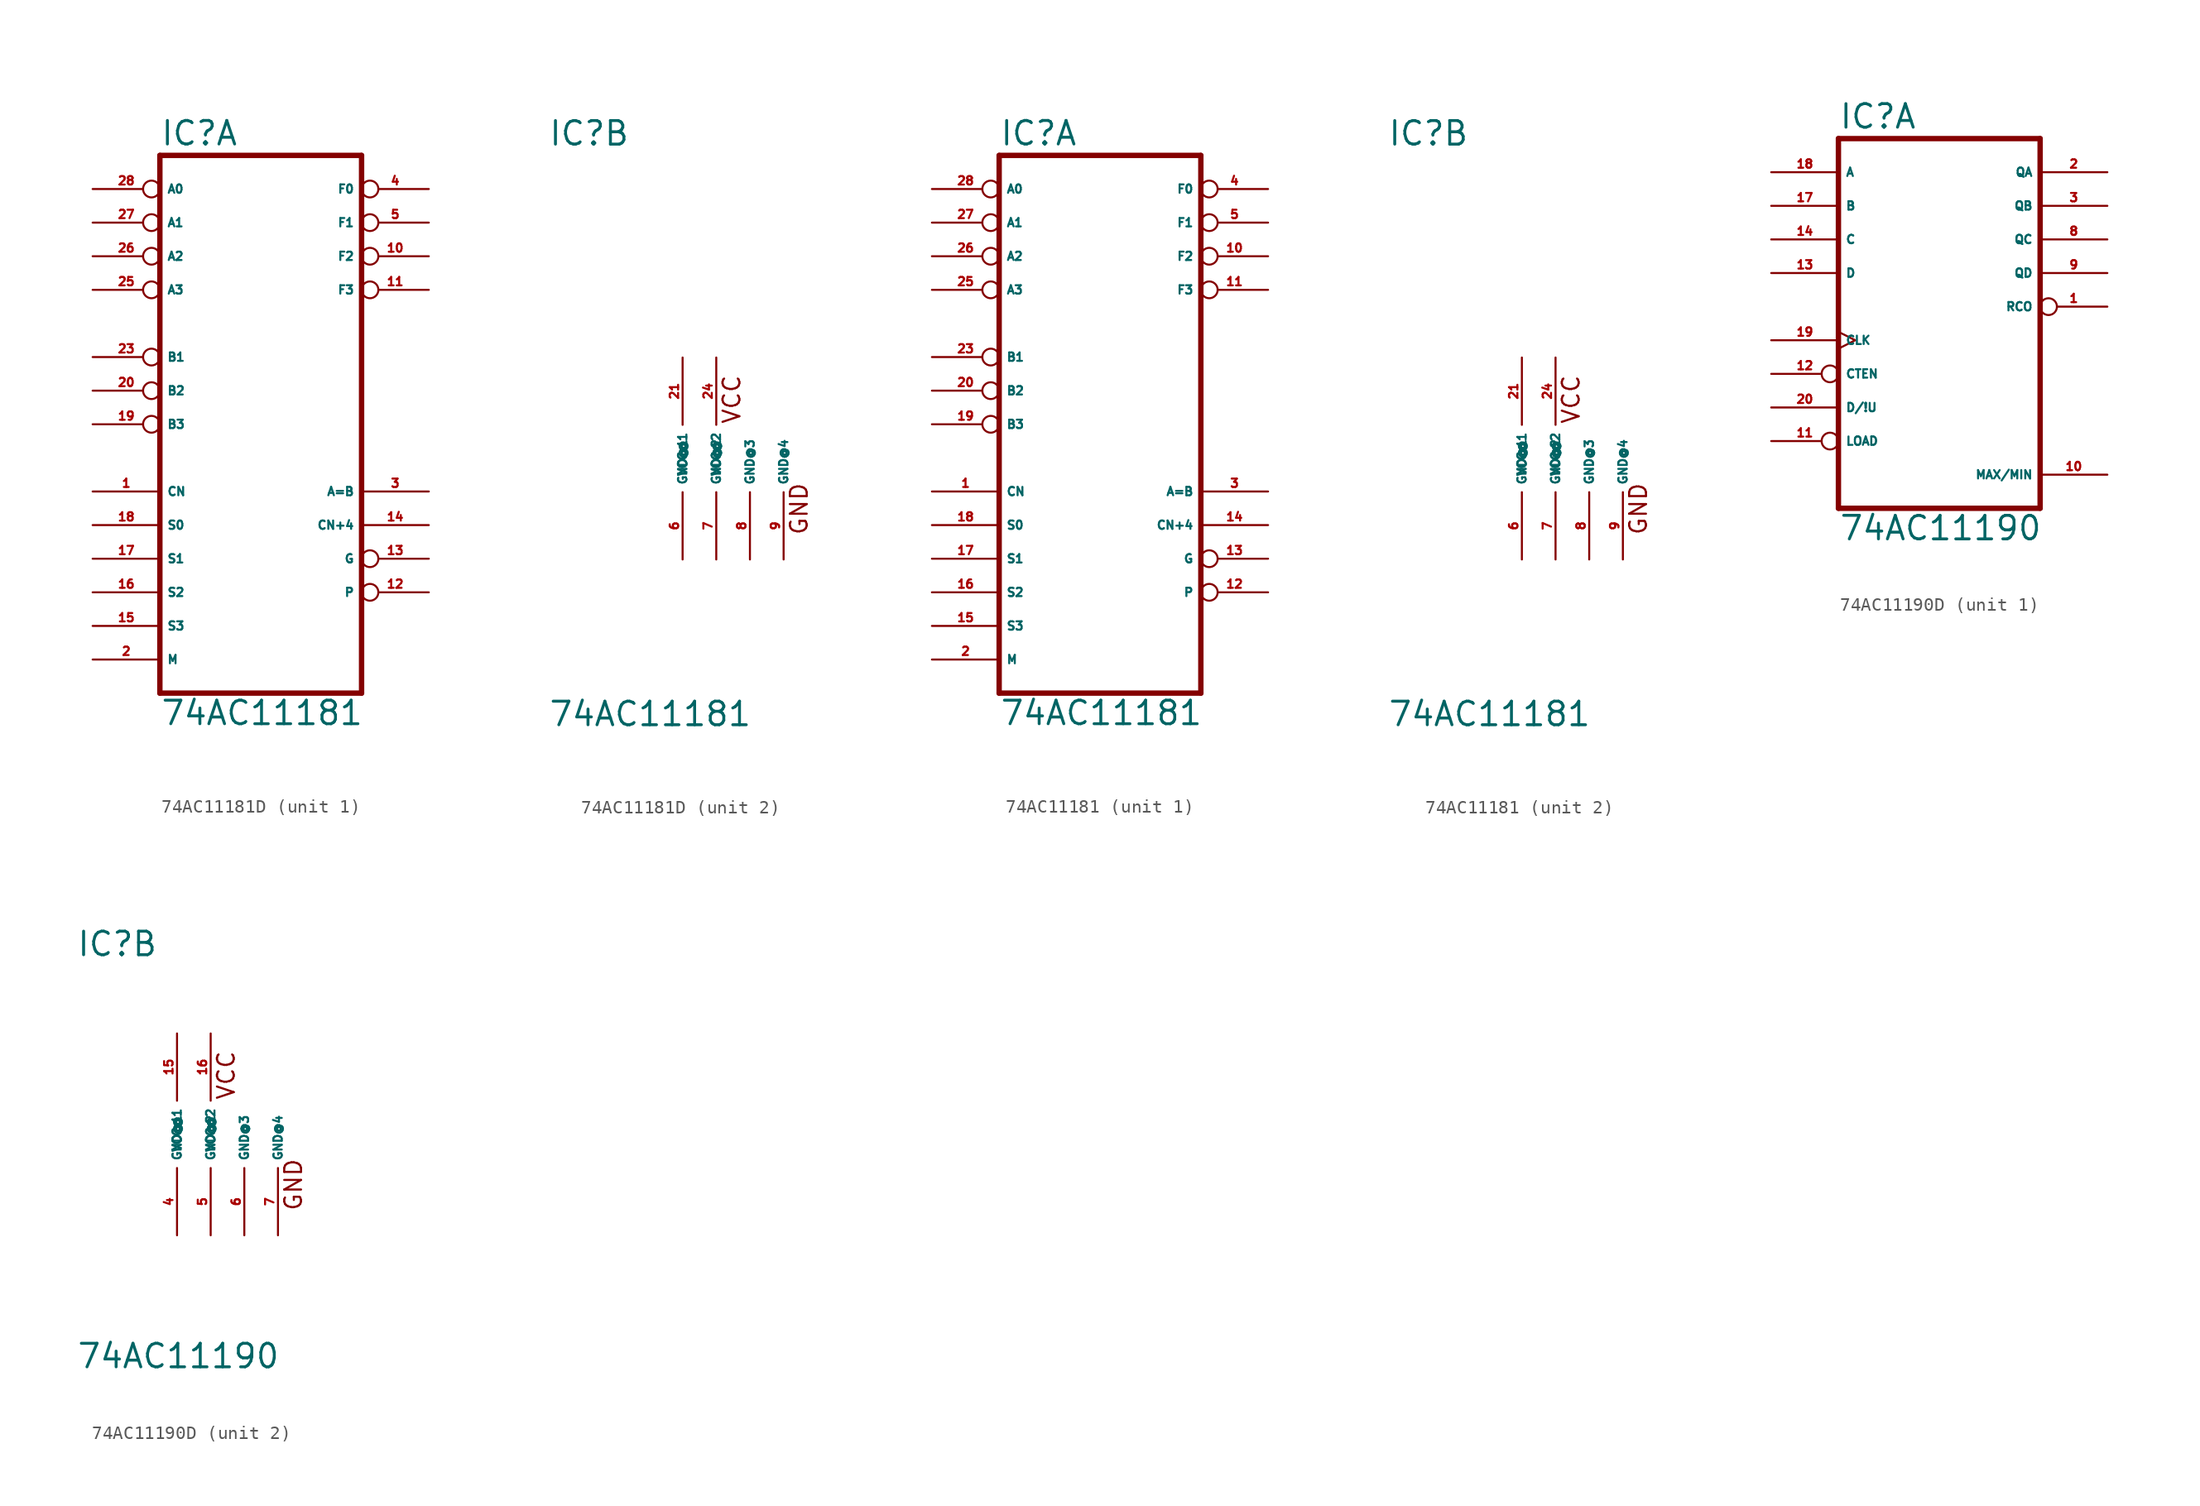
<source format=kicad_sym>
(kicad_symbol_lib
  (version 20220914)
  (generator Eagle2Kicad)
  (symbol "74AC11181D"
    (property "Reference" "IC"
      (at -10.16 23.495 0)
      (effects (font (size 1.778 1.778) (thickness 0.22)) (justify left bottom)))
    (property "Value" "74AC11181"
      (at -10.16 -20.32 0)
      (effects (font (size 1.778 1.778) (thickness 0.22)) (justify left bottom)))
    (symbol "74AC11181D_1_0"
      (polyline (pts (xy -10.16 -17.78) (xy 5.08 -17.78)) (stroke (width 0.406) (type default)) (fill (type none)))
      (polyline (pts (xy 5.08 -17.78) (xy 5.08 22.86)) (stroke (width 0.406) (type default)) (fill (type none)))
      (polyline (pts (xy 5.08 22.86) (xy -10.16 22.86)) (stroke (width 0.406) (type default)) (fill (type none)))
      (polyline (pts (xy -10.16 22.86) (xy -10.16 -17.78)) (stroke (width 0.406) (type default)) (fill (type none)))
      (pin input line (at -15.24 -2.54 0) (length 5.08) (name "CN" (effects (font (size 0.635 0.635) (thickness 0.08)) (justify left bottom))) (number "1" (effects (font (size 0.635 0.635) (thickness 0.08)) (justify left bottom))))
      (pin input line (at -15.24 -15.24 0) (length 5.08) (name "M" (effects (font (size 0.635 0.635) (thickness 0.08)) (justify left bottom))) (number "2" (effects (font (size 0.635 0.635) (thickness 0.08)) (justify left bottom))))
      (pin output line (at 10.16 -2.54 180) (length 5.08) (name "A=B" (effects (font (size 0.635 0.635) (thickness 0.08)) (justify left bottom))) (number "3" (effects (font (size 0.635 0.635) (thickness 0.08)) (justify left bottom))))
      (pin output inverted (at 10.16 20.32 180) (length 5.08) (name "F0" (effects (font (size 0.635 0.635) (thickness 0.08)) (justify left bottom))) (number "4" (effects (font (size 0.635 0.635) (thickness 0.08)) (justify left bottom))))
      (pin output inverted (at 10.16 17.78 180) (length 5.08) (name "F1" (effects (font (size 0.635 0.635) (thickness 0.08)) (justify left bottom))) (number "5" (effects (font (size 0.635 0.635) (thickness 0.08)) (justify left bottom))))
      (pin output inverted (at 10.16 15.24 180) (length 5.08) (name "F2" (effects (font (size 0.635 0.635) (thickness 0.08)) (justify left bottom))) (number "10" (effects (font (size 0.635 0.635) (thickness 0.08)) (justify left bottom))))
      (pin output inverted (at 10.16 12.7 180) (length 5.08) (name "F3" (effects (font (size 0.635 0.635) (thickness 0.08)) (justify left bottom))) (number "11" (effects (font (size 0.635 0.635) (thickness 0.08)) (justify left bottom))))
      (pin output inverted (at 10.16 -10.16 180) (length 5.08) (name "P" (effects (font (size 0.635 0.635) (thickness 0.08)) (justify left bottom))) (number "12" (effects (font (size 0.635 0.635) (thickness 0.08)) (justify left bottom))))
      (pin output inverted (at 10.16 -7.62 180) (length 5.08) (name "G" (effects (font (size 0.635 0.635) (thickness 0.08)) (justify left bottom))) (number "13" (effects (font (size 0.635 0.635) (thickness 0.08)) (justify left bottom))))
      (pin output line (at 10.16 -5.08 180) (length 5.08) (name "CN+4" (effects (font (size 0.635 0.635) (thickness 0.08)) (justify left bottom))) (number "14" (effects (font (size 0.635 0.635) (thickness 0.08)) (justify left bottom))))
      (pin input line (at -15.24 -12.7 0) (length 5.08) (name "S3" (effects (font (size 0.635 0.635) (thickness 0.08)) (justify left bottom))) (number "15" (effects (font (size 0.635 0.635) (thickness 0.08)) (justify left bottom))))
      (pin input line (at -15.24 -10.16 0) (length 5.08) (name "S2" (effects (font (size 0.635 0.635) (thickness 0.08)) (justify left bottom))) (number "16" (effects (font (size 0.635 0.635) (thickness 0.08)) (justify left bottom))))
      (pin input line (at -15.24 -7.62 0) (length 5.08) (name "S1" (effects (font (size 0.635 0.635) (thickness 0.08)) (justify left bottom))) (number "17" (effects (font (size 0.635 0.635) (thickness 0.08)) (justify left bottom))))
      (pin input line (at -15.24 -5.08 0) (length 5.08) (name "S0" (effects (font (size 0.635 0.635) (thickness 0.08)) (justify left bottom))) (number "18" (effects (font (size 0.635 0.635) (thickness 0.08)) (justify left bottom))))
      (pin input inverted (at -15.24 2.54 0) (length 5.08) (name "B3" (effects (font (size 0.635 0.635) (thickness 0.08)) (justify left bottom))) (number "19" (effects (font (size 0.635 0.635) (thickness 0.08)) (justify left bottom))))
      (pin input inverted (at -15.24 5.08 0) (length 5.08) (name "B2" (effects (font (size 0.635 0.635) (thickness 0.08)) (justify left bottom))) (number "20" (effects (font (size 0.635 0.635) (thickness 0.08)) (justify left bottom))))
      (pin input inverted (at -15.24 7.62 0) (length 5.08) (name "B1" (effects (font (size 0.635 0.635) (thickness 0.08)) (justify left bottom))) (number "23" (effects (font (size 0.635 0.635) (thickness 0.08)) (justify left bottom))))
      (pin input inverted (at -15.24 12.7 0) (length 5.08) (name "A3" (effects (font (size 0.635 0.635) (thickness 0.08)) (justify left bottom))) (number "25" (effects (font (size 0.635 0.635) (thickness 0.08)) (justify left bottom))))
      (pin input inverted (at -15.24 15.24 0) (length 5.08) (name "A2" (effects (font (size 0.635 0.635) (thickness 0.08)) (justify left bottom))) (number "26" (effects (font (size 0.635 0.635) (thickness 0.08)) (justify left bottom))))
      (pin input inverted (at -15.24 17.78 0) (length 5.08) (name "A1" (effects (font (size 0.635 0.635) (thickness 0.08)) (justify left bottom))) (number "27" (effects (font (size 0.635 0.635) (thickness 0.08)) (justify left bottom))))
      (pin input inverted (at -15.24 20.32 0) (length 5.08) (name "A0" (effects (font (size 0.635 0.635) (thickness 0.08)) (justify left bottom))) (number "28" (effects (font (size 0.635 0.635) (thickness 0.08)) (justify left bottom)))))
    (symbol "74AC11181D_2_0"
      (text "VCC" (at 4.445 2.54 900) (effects (font (size 1.27 1.27) (thickness 0.16)) (justify left bottom)))
      (text "GND" (at 9.525 -5.842 900) (effects (font (size 1.27 1.27) (thickness 0.16)) (justify left bottom)))
      (pin unspecified line (at 0 -7.62 90) (length 5.08) (name "GND@1" (effects (font (size 0.635 0.635) (thickness 0.08)) (justify left bottom))) (number "6" (effects (font (size 0.635 0.635) (thickness 0.08)) (justify left bottom))))
      (pin unspecified line (at 2.54 -7.62 90) (length 5.08) (name "GND@2" (effects (font (size 0.635 0.635) (thickness 0.08)) (justify left bottom))) (number "7" (effects (font (size 0.635 0.635) (thickness 0.08)) (justify left bottom))))
      (pin unspecified line (at 5.08 -7.62 90) (length 5.08) (name "GND@3" (effects (font (size 0.635 0.635) (thickness 0.08)) (justify left bottom))) (number "8" (effects (font (size 0.635 0.635) (thickness 0.08)) (justify left bottom))))
      (pin unspecified line (at 7.62 -7.62 90) (length 5.08) (name "GND@4" (effects (font (size 0.635 0.635) (thickness 0.08)) (justify left bottom))) (number "9" (effects (font (size 0.635 0.635) (thickness 0.08)) (justify left bottom))))
      (pin unspecified line (at 0 7.62 270) (length 5.08) (name "VCC@1" (effects (font (size 0.635 0.635) (thickness 0.08)) (justify left bottom))) (number "21" (effects (font (size 0.635 0.635) (thickness 0.08)) (justify left bottom))))
      (pin unspecified line (at 2.54 7.62 270) (length 5.08) (name "VCC@2" (effects (font (size 0.635 0.635) (thickness 0.08)) (justify left bottom))) (number "24" (effects (font (size 0.635 0.635) (thickness 0.08)) (justify left bottom))))))
  (symbol "74AC11181"
    (property "Reference" "IC"
      (at -10.16 23.495 0)
      (effects (font (size 1.778 1.778) (thickness 0.22)) (justify left bottom)))
    (property "Value" "74AC11181"
      (at -10.16 -20.32 0)
      (effects (font (size 1.778 1.778) (thickness 0.22)) (justify left bottom)))
    (symbol "74AC11181_1_0"
      (polyline (pts (xy -10.16 -17.78) (xy 5.08 -17.78)) (stroke (width 0.406) (type default)) (fill (type none)))
      (polyline (pts (xy 5.08 -17.78) (xy 5.08 22.86)) (stroke (width 0.406) (type default)) (fill (type none)))
      (polyline (pts (xy 5.08 22.86) (xy -10.16 22.86)) (stroke (width 0.406) (type default)) (fill (type none)))
      (polyline (pts (xy -10.16 22.86) (xy -10.16 -17.78)) (stroke (width 0.406) (type default)) (fill (type none)))
      (pin input line (at -15.24 -2.54 0) (length 5.08) (name "CN" (effects (font (size 0.635 0.635) (thickness 0.08)) (justify left bottom))) (number "1" (effects (font (size 0.635 0.635) (thickness 0.08)) (justify left bottom))))
      (pin input line (at -15.24 -15.24 0) (length 5.08) (name "M" (effects (font (size 0.635 0.635) (thickness 0.08)) (justify left bottom))) (number "2" (effects (font (size 0.635 0.635) (thickness 0.08)) (justify left bottom))))
      (pin output line (at 10.16 -2.54 180) (length 5.08) (name "A=B" (effects (font (size 0.635 0.635) (thickness 0.08)) (justify left bottom))) (number "3" (effects (font (size 0.635 0.635) (thickness 0.08)) (justify left bottom))))
      (pin output inverted (at 10.16 20.32 180) (length 5.08) (name "F0" (effects (font (size 0.635 0.635) (thickness 0.08)) (justify left bottom))) (number "4" (effects (font (size 0.635 0.635) (thickness 0.08)) (justify left bottom))))
      (pin output inverted (at 10.16 17.78 180) (length 5.08) (name "F1" (effects (font (size 0.635 0.635) (thickness 0.08)) (justify left bottom))) (number "5" (effects (font (size 0.635 0.635) (thickness 0.08)) (justify left bottom))))
      (pin output inverted (at 10.16 15.24 180) (length 5.08) (name "F2" (effects (font (size 0.635 0.635) (thickness 0.08)) (justify left bottom))) (number "10" (effects (font (size 0.635 0.635) (thickness 0.08)) (justify left bottom))))
      (pin output inverted (at 10.16 12.7 180) (length 5.08) (name "F3" (effects (font (size 0.635 0.635) (thickness 0.08)) (justify left bottom))) (number "11" (effects (font (size 0.635 0.635) (thickness 0.08)) (justify left bottom))))
      (pin output inverted (at 10.16 -10.16 180) (length 5.08) (name "P" (effects (font (size 0.635 0.635) (thickness 0.08)) (justify left bottom))) (number "12" (effects (font (size 0.635 0.635) (thickness 0.08)) (justify left bottom))))
      (pin output inverted (at 10.16 -7.62 180) (length 5.08) (name "G" (effects (font (size 0.635 0.635) (thickness 0.08)) (justify left bottom))) (number "13" (effects (font (size 0.635 0.635) (thickness 0.08)) (justify left bottom))))
      (pin output line (at 10.16 -5.08 180) (length 5.08) (name "CN+4" (effects (font (size 0.635 0.635) (thickness 0.08)) (justify left bottom))) (number "14" (effects (font (size 0.635 0.635) (thickness 0.08)) (justify left bottom))))
      (pin input line (at -15.24 -12.7 0) (length 5.08) (name "S3" (effects (font (size 0.635 0.635) (thickness 0.08)) (justify left bottom))) (number "15" (effects (font (size 0.635 0.635) (thickness 0.08)) (justify left bottom))))
      (pin input line (at -15.24 -10.16 0) (length 5.08) (name "S2" (effects (font (size 0.635 0.635) (thickness 0.08)) (justify left bottom))) (number "16" (effects (font (size 0.635 0.635) (thickness 0.08)) (justify left bottom))))
      (pin input line (at -15.24 -7.62 0) (length 5.08) (name "S1" (effects (font (size 0.635 0.635) (thickness 0.08)) (justify left bottom))) (number "17" (effects (font (size 0.635 0.635) (thickness 0.08)) (justify left bottom))))
      (pin input line (at -15.24 -5.08 0) (length 5.08) (name "S0" (effects (font (size 0.635 0.635) (thickness 0.08)) (justify left bottom))) (number "18" (effects (font (size 0.635 0.635) (thickness 0.08)) (justify left bottom))))
      (pin input inverted (at -15.24 2.54 0) (length 5.08) (name "B3" (effects (font (size 0.635 0.635) (thickness 0.08)) (justify left bottom))) (number "19" (effects (font (size 0.635 0.635) (thickness 0.08)) (justify left bottom))))
      (pin input inverted (at -15.24 5.08 0) (length 5.08) (name "B2" (effects (font (size 0.635 0.635) (thickness 0.08)) (justify left bottom))) (number "20" (effects (font (size 0.635 0.635) (thickness 0.08)) (justify left bottom))))
      (pin input inverted (at -15.24 7.62 0) (length 5.08) (name "B1" (effects (font (size 0.635 0.635) (thickness 0.08)) (justify left bottom))) (number "23" (effects (font (size 0.635 0.635) (thickness 0.08)) (justify left bottom))))
      (pin input inverted (at -15.24 12.7 0) (length 5.08) (name "A3" (effects (font (size 0.635 0.635) (thickness 0.08)) (justify left bottom))) (number "25" (effects (font (size 0.635 0.635) (thickness 0.08)) (justify left bottom))))
      (pin input inverted (at -15.24 15.24 0) (length 5.08) (name "A2" (effects (font (size 0.635 0.635) (thickness 0.08)) (justify left bottom))) (number "26" (effects (font (size 0.635 0.635) (thickness 0.08)) (justify left bottom))))
      (pin input inverted (at -15.24 17.78 0) (length 5.08) (name "A1" (effects (font (size 0.635 0.635) (thickness 0.08)) (justify left bottom))) (number "27" (effects (font (size 0.635 0.635) (thickness 0.08)) (justify left bottom))))
      (pin input inverted (at -15.24 20.32 0) (length 5.08) (name "A0" (effects (font (size 0.635 0.635) (thickness 0.08)) (justify left bottom))) (number "28" (effects (font (size 0.635 0.635) (thickness 0.08)) (justify left bottom)))))
    (symbol "74AC11181_2_0"
      (text "VCC" (at 4.445 2.54 900) (effects (font (size 1.27 1.27) (thickness 0.16)) (justify left bottom)))
      (text "GND" (at 9.525 -5.842 900) (effects (font (size 1.27 1.27) (thickness 0.16)) (justify left bottom)))
      (pin unspecified line (at 0 -7.62 90) (length 5.08) (name "GND@1" (effects (font (size 0.635 0.635) (thickness 0.08)) (justify left bottom))) (number "6" (effects (font (size 0.635 0.635) (thickness 0.08)) (justify left bottom))))
      (pin unspecified line (at 2.54 -7.62 90) (length 5.08) (name "GND@2" (effects (font (size 0.635 0.635) (thickness 0.08)) (justify left bottom))) (number "7" (effects (font (size 0.635 0.635) (thickness 0.08)) (justify left bottom))))
      (pin unspecified line (at 5.08 -7.62 90) (length 5.08) (name "GND@3" (effects (font (size 0.635 0.635) (thickness 0.08)) (justify left bottom))) (number "8" (effects (font (size 0.635 0.635) (thickness 0.08)) (justify left bottom))))
      (pin unspecified line (at 7.62 -7.62 90) (length 5.08) (name "GND@4" (effects (font (size 0.635 0.635) (thickness 0.08)) (justify left bottom))) (number "9" (effects (font (size 0.635 0.635) (thickness 0.08)) (justify left bottom))))
      (pin unspecified line (at 0 7.62 270) (length 5.08) (name "VCC@1" (effects (font (size 0.635 0.635) (thickness 0.08)) (justify left bottom))) (number "21" (effects (font (size 0.635 0.635) (thickness 0.08)) (justify left bottom))))
      (pin unspecified line (at 2.54 7.62 270) (length 5.08) (name "VCC@2" (effects (font (size 0.635 0.635) (thickness 0.08)) (justify left bottom))) (number "24" (effects (font (size 0.635 0.635) (thickness 0.08)) (justify left bottom))))))
  (symbol "74AC11190D"
    (property "Reference" "IC"
      (at -7.62 13.335 0)
      (effects (font (size 1.778 1.778) (thickness 0.22)) (justify left bottom)))
    (property "Value" "74AC11190"
      (at -7.62 -17.78 0)
      (effects (font (size 1.778 1.778) (thickness 0.22)) (justify left bottom)))
    (symbol "74AC11190D_1_0"
      (polyline (pts (xy -7.62 -15.24) (xy 7.62 -15.24)) (stroke (width 0.406) (type default)) (fill (type none)))
      (polyline (pts (xy 7.62 -15.24) (xy 7.62 12.7)) (stroke (width 0.406) (type default)) (fill (type none)))
      (polyline (pts (xy 7.62 12.7) (xy -7.62 12.7)) (stroke (width 0.406) (type default)) (fill (type none)))
      (polyline (pts (xy -7.62 12.7) (xy -7.62 -15.24)) (stroke (width 0.406) (type default)) (fill (type none)))
      (pin output inverted (at 12.7 0 180) (length 5.08) (name "RCO" (effects (font (size 0.635 0.635) (thickness 0.08)) (justify left bottom))) (number "1" (effects (font (size 0.635 0.635) (thickness 0.08)) (justify left bottom))))
      (pin output line (at 12.7 10.16 180) (length 5.08) (name "QA" (effects (font (size 0.635 0.635) (thickness 0.08)) (justify left bottom))) (number "2" (effects (font (size 0.635 0.635) (thickness 0.08)) (justify left bottom))))
      (pin output line (at 12.7 7.62 180) (length 5.08) (name "QB" (effects (font (size 0.635 0.635) (thickness 0.08)) (justify left bottom))) (number "3" (effects (font (size 0.635 0.635) (thickness 0.08)) (justify left bottom))))
      (pin output line (at 12.7 5.08 180) (length 5.08) (name "QC" (effects (font (size 0.635 0.635) (thickness 0.08)) (justify left bottom))) (number "8" (effects (font (size 0.635 0.635) (thickness 0.08)) (justify left bottom))))
      (pin output line (at 12.7 2.54 180) (length 5.08) (name "QD" (effects (font (size 0.635 0.635) (thickness 0.08)) (justify left bottom))) (number "9" (effects (font (size 0.635 0.635) (thickness 0.08)) (justify left bottom))))
      (pin output line (at 12.7 -12.7 180) (length 5.08) (name "MAX/MIN" (effects (font (size 0.635 0.635) (thickness 0.08)) (justify left bottom))) (number "10" (effects (font (size 0.635 0.635) (thickness 0.08)) (justify left bottom))))
      (pin input inverted (at -12.7 -10.16 0) (length 5.08) (name "LOAD" (effects (font (size 0.635 0.635) (thickness 0.08)) (justify left bottom))) (number "11" (effects (font (size 0.635 0.635) (thickness 0.08)) (justify left bottom))))
      (pin input inverted (at -12.7 -5.08 0) (length 5.08) (name "CTEN" (effects (font (size 0.635 0.635) (thickness 0.08)) (justify left bottom))) (number "12" (effects (font (size 0.635 0.635) (thickness 0.08)) (justify left bottom))))
      (pin input line (at -12.7 2.54 0) (length 5.08) (name "D" (effects (font (size 0.635 0.635) (thickness 0.08)) (justify left bottom))) (number "13" (effects (font (size 0.635 0.635) (thickness 0.08)) (justify left bottom))))
      (pin input line (at -12.7 5.08 0) (length 5.08) (name "C" (effects (font (size 0.635 0.635) (thickness 0.08)) (justify left bottom))) (number "14" (effects (font (size 0.635 0.635) (thickness 0.08)) (justify left bottom))))
      (pin input line (at -12.7 7.62 0) (length 5.08) (name "B" (effects (font (size 0.635 0.635) (thickness 0.08)) (justify left bottom))) (number "17" (effects (font (size 0.635 0.635) (thickness 0.08)) (justify left bottom))))
      (pin input line (at -12.7 10.16 0) (length 5.08) (name "A" (effects (font (size 0.635 0.635) (thickness 0.08)) (justify left bottom))) (number "18" (effects (font (size 0.635 0.635) (thickness 0.08)) (justify left bottom))))
      (pin input clock (at -12.7 -2.54 0) (length 5.08) (name "CLK" (effects (font (size 0.635 0.635) (thickness 0.08)) (justify left bottom))) (number "19" (effects (font (size 0.635 0.635) (thickness 0.08)) (justify left bottom))))
      (pin input line (at -12.7 -7.62 0) (length 5.08) (name "D/!U" (effects (font (size 0.635 0.635) (thickness 0.08)) (justify left bottom))) (number "20" (effects (font (size 0.635 0.635) (thickness 0.08)) (justify left bottom)))))
    (symbol "74AC11190D_2_0"
      (text "VCC" (at 4.445 2.54 900) (effects (font (size 1.27 1.27) (thickness 0.16)) (justify left bottom)))
      (text "GND" (at 9.525 -5.842 900) (effects (font (size 1.27 1.27) (thickness 0.16)) (justify left bottom)))
      (pin unspecified line (at 0 -7.62 90) (length 5.08) (name "GND@1" (effects (font (size 0.635 0.635) (thickness 0.08)) (justify left bottom))) (number "4" (effects (font (size 0.635 0.635) (thickness 0.08)) (justify left bottom))))
      (pin unspecified line (at 2.54 -7.62 90) (length 5.08) (name "GND@2" (effects (font (size 0.635 0.635) (thickness 0.08)) (justify left bottom))) (number "5" (effects (font (size 0.635 0.635) (thickness 0.08)) (justify left bottom))))
      (pin unspecified line (at 5.08 -7.62 90) (length 5.08) (name "GND@3" (effects (font (size 0.635 0.635) (thickness 0.08)) (justify left bottom))) (number "6" (effects (font (size 0.635 0.635) (thickness 0.08)) (justify left bottom))))
      (pin unspecified line (at 7.62 -7.62 90) (length 5.08) (name "GND@4" (effects (font (size 0.635 0.635) (thickness 0.08)) (justify left bottom))) (number "7" (effects (font (size 0.635 0.635) (thickness 0.08)) (justify left bottom))))
      (pin unspecified line (at 0 7.62 270) (length 5.08) (name "VCC@1" (effects (font (size 0.635 0.635) (thickness 0.08)) (justify left bottom))) (number "15" (effects (font (size 0.635 0.635) (thickness 0.08)) (justify left bottom))))
      (pin unspecified line (at 2.54 7.62 270) (length 5.08) (name "VCC@2" (effects (font (size 0.635 0.635) (thickness 0.08)) (justify left bottom))) (number "16" (effects (font (size 0.635 0.635) (thickness 0.08)) (justify left bottom)))))))
</source>
